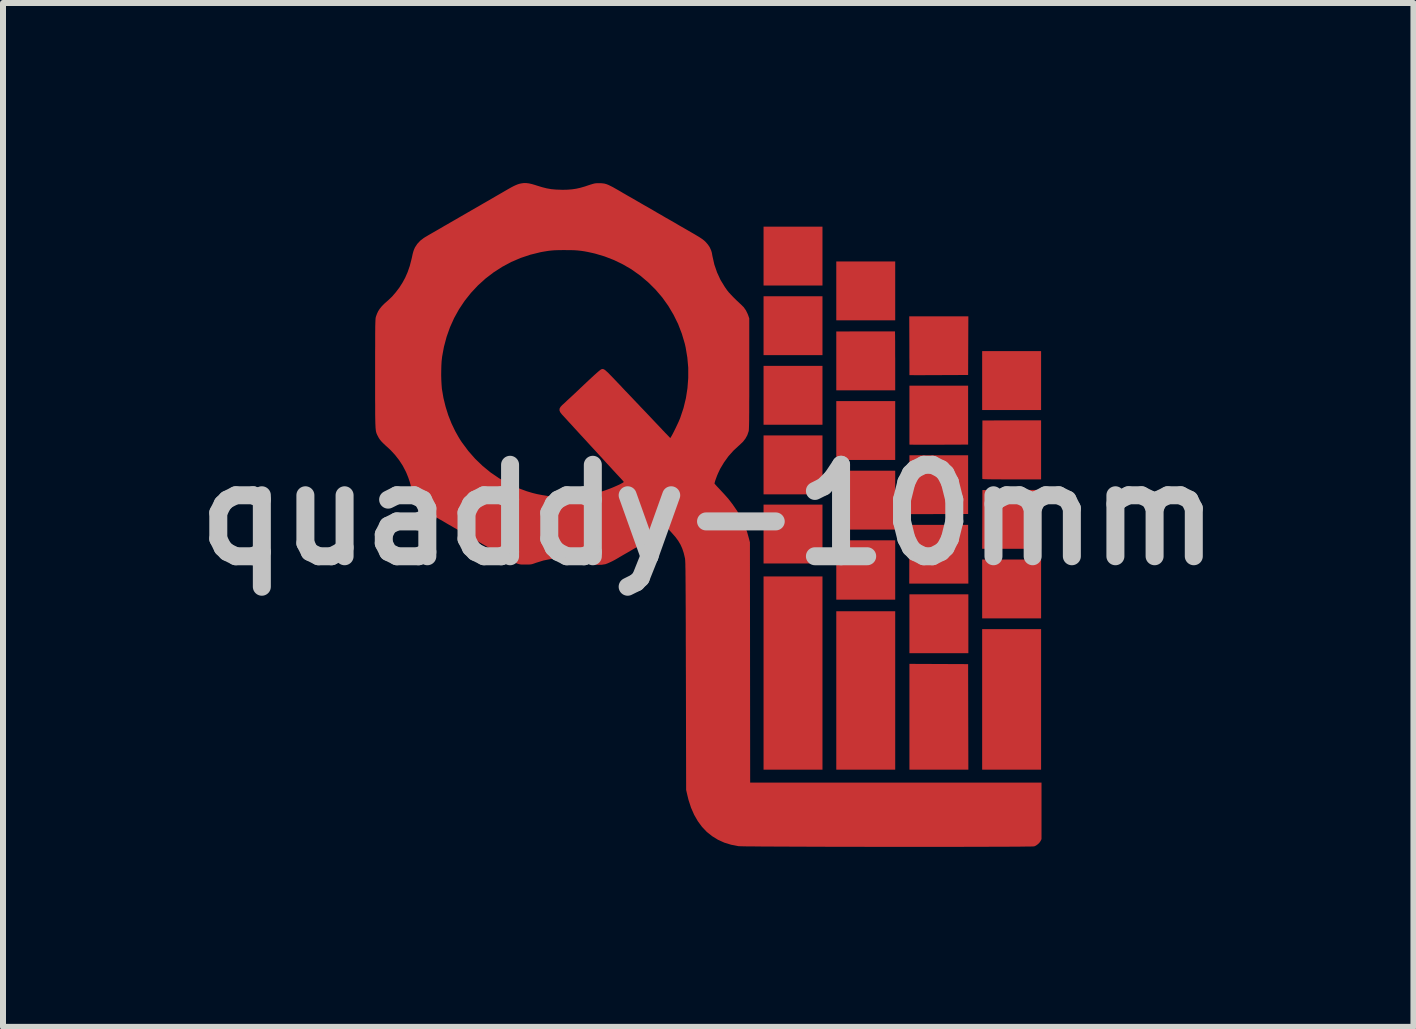
<source format=kicad_pcb>
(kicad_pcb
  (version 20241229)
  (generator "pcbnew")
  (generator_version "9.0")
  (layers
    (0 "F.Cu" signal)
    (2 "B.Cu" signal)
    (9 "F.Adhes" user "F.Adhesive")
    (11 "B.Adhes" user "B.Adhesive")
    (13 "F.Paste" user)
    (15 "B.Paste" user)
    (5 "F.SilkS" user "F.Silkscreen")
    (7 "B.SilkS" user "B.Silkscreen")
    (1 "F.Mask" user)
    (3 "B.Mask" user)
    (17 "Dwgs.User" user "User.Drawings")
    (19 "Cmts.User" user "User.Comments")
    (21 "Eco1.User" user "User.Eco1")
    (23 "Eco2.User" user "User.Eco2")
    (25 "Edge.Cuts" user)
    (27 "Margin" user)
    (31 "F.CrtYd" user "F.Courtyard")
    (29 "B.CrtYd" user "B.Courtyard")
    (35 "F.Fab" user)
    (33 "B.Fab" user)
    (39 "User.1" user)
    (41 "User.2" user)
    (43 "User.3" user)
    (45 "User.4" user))
  (footprint "quaddy-10mm"
    (layer "F.Cu")
    (at 8.752 5.53)
    (property "Reference" "quaddy-10mm" (at 0 0 0) (layer "Dwgs.User") (effects (font (size 1.524 1.524) (thickness 0.3))))
    (attr board_only exclude_from_pos_files exclude_from_bom)
    (fp_poly (pts (xy 1.904 -3.822) (xy 0.922 -3.822) (xy 0.922 -4.803) (xy 1.904 -4.803)) (stroke (width 0) (type solid)) (fill yes) (layer "F.Cu"))
    (fp_poly (pts (xy 1.904 -2.662) (xy 0.922 -2.662) (xy 0.922 -3.643) (xy 1.904 -3.643)) (stroke (width 0) (type solid)) (fill yes) (layer "F.Cu"))
    (fp_poly (pts (xy 1.904 -1.502) (xy 0.922 -1.502) (xy 0.922 -2.483) (xy 1.904 -2.483)) (stroke (width 0) (type solid)) (fill yes) (layer "F.Cu"))
    (fp_poly (pts (xy 1.904 -0.342) (xy 0.922 -0.342) (xy 0.922 -1.324) (xy 1.904 -1.324)) (stroke (width 0) (type solid)) (fill yes) (layer "F.Cu"))
    (fp_poly (pts (xy 1.904 0.81) (xy 0.922 0.81) (xy 0.922 -0.171) (xy 1.904 -0.171)) (stroke (width 0) (type solid)) (fill yes) (layer "F.Cu"))
    (fp_poly (pts (xy 1.904 4.246) (xy 0.922 4.246) (xy 0.922 1.026) (xy 1.904 1.026)) (stroke (width 0) (type solid)) (fill yes) (layer "F.Cu"))
    (fp_poly (pts (xy 3.116 -3.242) (xy 2.134 -3.242) (xy 2.134 -4.223) (xy 3.116 -4.223)) (stroke (width 0) (type solid)) (fill yes) (layer "F.Cu"))
    (fp_poly (pts (xy 3.116 -0.915) (xy 2.134 -0.915) (xy 2.134 -1.896) (xy 3.116 -1.896)) (stroke (width 0) (type solid)) (fill yes) (layer "F.Cu"))
    (fp_poly (pts (xy 3.116 0.245) (xy 2.134 0.245) (xy 2.134 -0.736) (xy 3.116 -0.736)) (stroke (width 0) (type solid)) (fill yes) (layer "F.Cu"))
    (fp_poly (pts (xy 3.116 1.413) (xy 2.134 1.413) (xy 2.134 0.424) (xy 3.116 0.424)) (stroke (width 0) (type solid)) (fill yes) (layer "F.Cu"))
    (fp_poly (pts (xy 3.116 4.246) (xy 2.134 4.246) (xy 2.134 1.606) (xy 3.116 1.606)) (stroke (width 0) (type solid)) (fill yes) (layer "F.Cu"))
    (fp_poly (pts (xy 4.335 2.305) (xy 3.353 2.305) (xy 3.353 1.324) (xy 4.335 1.324)) (stroke (width 0) (type solid)) (fill yes) (layer "F.Cu"))
    (fp_poly (pts (xy 5.547 -1.747) (xy 4.565 -1.747) (xy 4.565 -2.729) (xy 5.547 -2.729)) (stroke (width 0) (type solid)) (fill yes) (layer "F.Cu"))
    (fp_poly (pts (xy 5.547 1.725) (xy 4.565 1.725) (xy 4.565 0.744) (xy 5.547 0.744)) (stroke (width 0) (type solid)) (fill yes) (layer "F.Cu"))
    (fp_poly (pts (xy 5.547 4.246) (xy 4.565 4.246) (xy 4.565 1.904) (xy 5.547 1.904)) (stroke (width 0) (type solid)) (fill yes) (layer "F.Cu"))
    (fp_poly (pts (xy 3.842 2.485) (xy 4.331 2.487) (xy 4.335 4.246) (xy 3.353 4.246) (xy 3.353 2.483)) (stroke (width 0) (type solid)) (fill yes) (layer "F.Cu"))
    (fp_poly (pts (xy 4.333 0.656) (xy 4.335 1.145) (xy 3.35 1.145) (xy 3.351 0.656) (xy 3.353 0.167) (xy 4.331 0.167)) (stroke (width 0) (type solid)) (fill yes) (layer "F.Cu"))
    (fp_poly (pts (xy 5.547 0.565) (xy 4.565 0.565) (xy 4.567 0.076) (xy 4.569 -0.413) (xy 5.058 -0.415) (xy 5.547 -0.416)) (stroke (width 0) (type solid)) (fill yes) (layer "F.Cu"))
    (fp_poly (pts (xy 2.925 -3.058) (xy 2.984 -3.058) (xy 3.033 -3.058) (xy 3.071 -3.058) (xy 3.098 -3.057) (xy 3.111 -3.057) (xy 3.112 -3.057) (xy 3.113 -3.049) (xy 3.113 -3.027) (xy 3.114 -2.994) (xy 3.114 -2.949) (xy 3.115 -2.894) (xy 3.115 -2.83) (xy 3.115 -2.759) (xy 3.115 -2.682) (xy 3.116 -2.6) (xy 3.116 -2.564) (xy 3.116 -2.075) (xy 2.134 -2.075) (xy 2.134 -3.056) (xy 2.622 -3.058) (xy 2.705 -3.058) (xy 2.785 -3.058) (xy 2.858 -3.058)) (stroke (width 0) (type solid)) (fill yes) (layer "F.Cu"))
    (fp_poly (pts (xy 4.331 -1.171) (xy 3.842 -1.169) (xy 3.759 -1.169) (xy 3.679 -1.169) (xy 3.606 -1.169) (xy 3.539 -1.169) (xy 3.481 -1.169) (xy 3.432 -1.169) (xy 3.394 -1.17) (xy 3.368 -1.17) (xy 3.355 -1.171) (xy 3.353 -1.171) (xy 3.353 -1.179) (xy 3.353 -1.2) (xy 3.353 -1.234) (xy 3.353 -1.279) (xy 3.353 -1.334) (xy 3.353 -1.398) (xy 3.353 -1.469) (xy 3.353 -1.546) (xy 3.353 -1.629) (xy 3.353 -1.664) (xy 3.353 -2.153) (xy 4.331 -2.153)) (stroke (width 0) (type solid)) (fill yes) (layer "F.Cu"))
    (fp_poly (pts (xy 4.331 -0.015) (xy 3.842 -0.013) (xy 3.759 -0.013) (xy 3.679 -0.012) (xy 3.606 -0.012) (xy 3.539 -0.012) (xy 3.481 -0.012) (xy 3.432 -0.012) (xy 3.394 -0.012) (xy 3.368 -0.013) (xy 3.355 -0.013) (xy 3.353 -0.013) (xy 3.353 -0.021) (xy 3.353 -0.042) (xy 3.353 -0.075) (xy 3.353 -0.12) (xy 3.353 -0.175) (xy 3.353 -0.238) (xy 3.353 -0.309) (xy 3.353 -0.386) (xy 3.353 -0.468) (xy 3.353 -0.504) (xy 3.353 -0.993) (xy 4.331 -0.993)) (stroke (width 0) (type solid)) (fill yes) (layer "F.Cu"))
    (fp_poly (pts (xy 5.547 -0.591) (xy 5.059 -0.591) (xy 4.95 -0.591) (xy 4.854 -0.592) (xy 4.771 -0.592) (xy 4.702 -0.593) (xy 4.648 -0.594) (xy 4.607 -0.595) (xy 4.581 -0.597) (xy 4.569 -0.598) (xy 4.568 -0.599) (xy 4.568 -0.607) (xy 4.567 -0.629) (xy 4.567 -0.664) (xy 4.567 -0.709) (xy 4.567 -0.765) (xy 4.567 -0.829) (xy 4.567 -0.9) (xy 4.567 -0.977) (xy 4.567 -1.06) (xy 4.567 -1.089) (xy 4.569 -1.573) (xy 5.058 -1.575) (xy 5.547 -1.576)) (stroke (width 0) (type solid)) (fill yes) (layer "F.Cu"))
    (fp_poly (pts (xy 4.335 -3.309) (xy 4.333 -2.82) (xy 4.331 -2.331) (xy 3.842 -2.329) (xy 3.759 -2.329) (xy 3.679 -2.329) (xy 3.606 -2.328) (xy 3.539 -2.328) (xy 3.481 -2.328) (xy 3.432 -2.328) (xy 3.394 -2.329) (xy 3.368 -2.329) (xy 3.355 -2.329) (xy 3.353 -2.329) (xy 3.353 -2.337) (xy 3.353 -2.358) (xy 3.353 -2.392) (xy 3.353 -2.436) (xy 3.353 -2.491) (xy 3.353 -2.554) (xy 3.352 -2.625) (xy 3.352 -2.702) (xy 3.352 -2.785) (xy 3.352 -2.82) (xy 3.35 -3.309) (xy 3.842 -3.309)) (stroke (width 0) (type solid)) (fill yes) (layer "F.Cu"))
    (fp_poly (pts (xy -3.031 -5.529) (xy -2.988 -5.524) (xy -2.939 -5.513) (xy -2.881 -5.496) (xy -2.854 -5.487) (xy -2.769 -5.461) (xy -2.69 -5.441) (xy -2.615 -5.428) (xy -2.537 -5.421) (xy -2.452 -5.418) (xy -2.428 -5.417) (xy -2.345 -5.419) (xy -2.271 -5.425) (xy -2.201 -5.435) (xy -2.13 -5.451) (xy -2.054 -5.473) (xy -2.004 -5.49) (xy -1.961 -5.504) (xy -1.928 -5.514) (xy -1.902 -5.521) (xy -1.88 -5.525) (xy -1.857 -5.527) (xy -1.83 -5.527) (xy -1.818 -5.527) (xy -1.785 -5.527) (xy -1.755 -5.524) (xy -1.727 -5.52) (xy -1.698 -5.512) (xy -1.667 -5.5) (xy -1.631 -5.483) (xy -1.588 -5.461) (xy -1.537 -5.432) (xy -1.475 -5.397) (xy -1.472 -5.395) (xy -1.445 -5.379) (xy -1.42 -5.364) (xy -1.402 -5.354) (xy -1.402 -5.354) (xy -1.335 -5.315) (xy -1.257 -5.271) (xy -1.173 -5.222) (xy -1.085 -5.171) (xy -0.995 -5.12) (xy -0.907 -5.069) (xy -0.848 -5.034) (xy -0.786 -4.999) (xy -0.715 -4.957) (xy -0.637 -4.913) (xy -0.557 -4.867) (xy -0.479 -4.821) (xy -0.404 -4.778) (xy -0.357 -4.751) (xy -0.29 -4.712) (xy -0.234 -4.68) (xy -0.189 -4.653) (xy -0.152 -4.631) (xy -0.123 -4.612) (xy -0.099 -4.596) (xy -0.081 -4.582) (xy -0.065 -4.569) (xy -0.051 -4.556) (xy -0.044 -4.549) (xy -0.007 -4.507) (xy 0.022 -4.465) (xy 0.028 -4.453) (xy 0.04 -4.426) (xy 0.049 -4.406) (xy 0.055 -4.387) (xy 0.061 -4.365) (xy 0.066 -4.335) (xy 0.071 -4.309) (xy 0.102 -4.172) (xy 0.147 -4.041) (xy 0.205 -3.915) (xy 0.278 -3.796) (xy 0.315 -3.743) (xy 0.343 -3.708) (xy 0.381 -3.667) (xy 0.425 -3.621) (xy 0.474 -3.573) (xy 0.525 -3.525) (xy 0.543 -3.509) (xy 0.592 -3.46) (xy 0.629 -3.407) (xy 0.658 -3.347) (xy 0.666 -3.326) (xy 0.684 -3.275) (xy 0.684 -2.353) (xy 0.684 -2.212) (xy 0.684 -2.085) (xy 0.684 -1.971) (xy 0.683 -1.87) (xy 0.683 -1.781) (xy 0.683 -1.704) (xy 0.682 -1.637) (xy 0.682 -1.579) (xy 0.681 -1.531) (xy 0.68 -1.492) (xy 0.679 -1.46) (xy 0.678 -1.435) (xy 0.677 -1.416) (xy 0.676 -1.403) (xy 0.674 -1.394) (xy 0.674 -1.394) (xy 0.652 -1.329) (xy 0.62 -1.271) (xy 0.578 -1.217) (xy 0.522 -1.164) (xy 0.514 -1.157) (xy 0.422 -1.072) (xy 0.337 -0.977) (xy 0.263 -0.874) (xy 0.199 -0.767) (xy 0.164 -0.693) (xy 0.147 -0.653) (xy 0.133 -0.615) (xy 0.12 -0.579) (xy 0.111 -0.55) (xy 0.106 -0.53) (xy 0.105 -0.521) (xy 0.111 -0.514) (xy 0.125 -0.498) (xy 0.146 -0.474) (xy 0.173 -0.446) (xy 0.198 -0.419) (xy 0.242 -0.372) (xy 0.277 -0.334) (xy 0.306 -0.301) (xy 0.331 -0.273) (xy 0.353 -0.245) (xy 0.375 -0.217) (xy 0.399 -0.185) (xy 0.402 -0.182) (xy 0.482 -0.066) (xy 0.549 0.049) (xy 0.604 0.165) (xy 0.648 0.285) (xy 0.678 0.392) (xy 0.695 0.457) (xy 0.697 2.459) (xy 0.699 4.461) (xy 5.554 4.461) (xy 5.554 5.403) (xy 5.538 5.436) (xy 5.515 5.468) (xy 5.482 5.497) (xy 5.446 5.519) (xy 5.43 5.524) (xy 5.419 5.525) (xy 5.395 5.526) (xy 5.357 5.527) (xy 5.306 5.527) (xy 5.242 5.528) (xy 5.168 5.529) (xy 5.082 5.529) (xy 4.987 5.53) (xy 4.882 5.53) (xy 4.768 5.53) (xy 4.646 5.531) (xy 4.517 5.531) (xy 4.381 5.531) (xy 4.239 5.532) (xy 4.091 5.532) (xy 3.939 5.532) (xy 3.782 5.532) (xy 3.623 5.532) (xy 3.46 5.532) (xy 3.296 5.532) (xy 3.13 5.532) (xy 2.964 5.532) (xy 2.797 5.532) (xy 2.632 5.532) (xy 2.467 5.531) (xy 2.305 5.531) (xy 2.146 5.531) (xy 1.989 5.531) (xy 1.837 5.53) (xy 1.69 5.53) (xy 1.548 5.529) (xy 1.412 5.529) (xy 1.283 5.528) (xy 1.161 5.528) (xy 1.048 5.527) (xy 0.943 5.527) (xy 0.848 5.526) (xy 0.763 5.525) (xy 0.689 5.525) (xy 0.626 5.524) (xy 0.576 5.523) (xy 0.538 5.522) (xy 0.514 5.521) (xy 0.506 5.521) (xy 0.382 5.497) (xy 0.268 5.462) (xy 0.162 5.414) (xy 0.065 5.354) (xy -0.024 5.283) (xy -0.103 5.2) (xy -0.173 5.105) (xy -0.234 4.999) (xy -0.286 4.881) (xy -0.328 4.752) (xy -0.347 4.675) (xy -0.368 4.584) (xy -0.372 2.681) (xy -0.373 2.48) (xy -0.373 2.295) (xy -0.374 2.122) (xy -0.374 1.964) (xy -0.374 1.818) (xy -0.375 1.684) (xy -0.375 1.561) (xy -0.376 1.45) (xy -0.376 1.349) (xy -0.377 1.258) (xy -0.377 1.177) (xy -0.378 1.104) (xy -0.378 1.04) (xy -0.379 0.983) (xy -0.379 0.934) (xy -0.38 0.891) (xy -0.381 0.854) (xy -0.381 0.824) (xy -0.382 0.798) (xy -0.383 0.776) (xy -0.384 0.759) (xy -0.385 0.745) (xy -0.386 0.733) (xy -0.387 0.724) (xy -0.389 0.717) (xy -0.408 0.636) (xy -0.432 0.563) (xy -0.462 0.496) (xy -0.5 0.432) (xy -0.547 0.368) (xy -0.606 0.301) (xy -0.615 0.291) (xy -0.666 0.235) (xy -0.774 0.297) (xy -0.814 0.32) (xy -0.853 0.343) (xy -0.888 0.363) (xy -0.916 0.379) (xy -0.926 0.385) (xy -0.953 0.401) (xy -0.979 0.416) (xy -0.996 0.426) (xy -1.019 0.438) (xy -1.051 0.457) (xy -1.09 0.48) (xy -1.136 0.506) (xy -1.185 0.535) (xy -1.237 0.564) (xy -1.288 0.594) (xy -1.337 0.623) (xy -1.383 0.649) (xy -1.423 0.672) (xy -1.455 0.691) (xy -1.478 0.704) (xy -1.487 0.71) (xy -1.54 0.741) (xy -1.592 0.769) (xy -1.64 0.792) (xy -1.681 0.81) (xy -1.712 0.821) (xy -1.714 0.822) (xy -1.778 0.832) (xy -1.846 0.833) (xy -1.913 0.824) (xy -1.974 0.806) (xy -1.98 0.804) (xy -2.002 0.796) (xy -2.033 0.785) (xy -2.069 0.774) (xy -2.095 0.766) (xy -2.221 0.738) (xy -2.351 0.723) (xy -2.483 0.722) (xy -2.615 0.734) (xy -2.745 0.76) (xy -2.871 0.799) (xy -2.887 0.805) (xy -2.913 0.814) (xy -2.935 0.821) (xy -2.956 0.825) (xy -2.98 0.827) (xy -3.012 0.828) (xy -3.049 0.828) (xy -3.079 0.828) (xy -3.104 0.828) (xy -3.127 0.826) (xy -3.149 0.822) (xy -3.171 0.816) (xy -3.196 0.807) (xy -3.225 0.794) (xy -3.259 0.776) (xy -3.3 0.753) (xy -3.351 0.725) (xy -3.411 0.689) (xy -3.444 0.671) (xy -3.533 0.619) (xy -3.614 0.572) (xy -3.685 0.531) (xy -3.746 0.495) (xy -3.797 0.466) (xy -3.837 0.443) (xy -3.864 0.427) (xy -3.874 0.422) (xy -3.886 0.415) (xy -3.909 0.402) (xy -3.941 0.383) (xy -3.981 0.36) (xy -4.026 0.334) (xy -4.076 0.305) (xy -4.128 0.276) (xy -4.18 0.245) (xy -4.231 0.216) (xy -4.278 0.188) (xy -4.321 0.164) (xy -4.357 0.143) (xy -4.372 0.134) (xy -4.423 0.104) (xy -4.476 0.074) (xy -4.528 0.044) (xy -4.577 0.016) (xy -4.622 -0.01) (xy -4.659 -0.031) (xy -4.686 -0.047) (xy -4.696 -0.052) (xy -4.763 -0.095) (xy -4.818 -0.141) (xy -4.861 -0.194) (xy -4.895 -0.256) (xy -4.92 -0.327) (xy -4.934 -0.385) (xy -4.953 -0.474) (xy -4.975 -0.553) (xy -5 -0.626) (xy -5.029 -0.698) (xy -5.042 -0.726) (xy -5.091 -0.82) (xy -5.151 -0.912) (xy -5.219 -0.999) (xy -5.291 -1.077) (xy -5.328 -1.112) (xy -5.378 -1.157) (xy -5.418 -1.195) (xy -5.449 -1.227) (xy -5.473 -1.257) (xy -5.491 -1.284) (xy -5.505 -1.311) (xy -5.512 -1.324) (xy -5.518 -1.336) (xy -5.523 -1.348) (xy -5.528 -1.36) (xy -5.532 -1.373) (xy -5.536 -1.388) (xy -5.539 -1.405) (xy -5.541 -1.427) (xy -5.544 -1.452) (xy -5.545 -1.483) (xy -5.547 -1.52) (xy -5.548 -1.564) (xy -5.549 -1.616) (xy -5.55 -1.676) (xy -5.55 -1.746) (xy -5.55 -1.825) (xy -5.551 -1.916) (xy -5.551 -2.019) (xy -5.551 -2.134) (xy -5.551 -2.263) (xy -5.551 -2.328) (xy -4.45 -2.328) (xy -4.448 -2.249) (xy -4.444 -2.175) (xy -4.439 -2.11) (xy -4.437 -2.093) (xy -4.412 -1.947) (xy -4.376 -1.801) (xy -4.331 -1.658) (xy -4.277 -1.522) (xy -4.216 -1.395) (xy -4.203 -1.372) (xy -4.18 -1.331) (xy -4.162 -1.299) (xy -4.147 -1.274) (xy -4.134 -1.253) (xy -4.12 -1.231) (xy -4.103 -1.206) (xy -4.102 -1.205) (xy -3.998 -1.065) (xy -3.884 -0.935) (xy -3.76 -0.816) (xy -3.627 -0.707) (xy -3.485 -0.61) (xy -3.337 -0.524) (xy -3.182 -0.452) (xy -3.022 -0.393) (xy -2.928 -0.365) (xy -2.851 -0.346) (xy -2.767 -0.33) (xy -2.68 -0.316) (xy -2.593 -0.305) (xy -2.509 -0.298) (xy -2.433 -0.294) (xy -2.367 -0.294) (xy -2.361 -0.295) (xy -2.334 -0.296) (xy -2.298 -0.298) (xy -2.258 -0.3) (xy -2.236 -0.301) (xy -2.13 -0.311) (xy -2.017 -0.329) (xy -1.899 -0.355) (xy -1.779 -0.388) (xy -1.745 -0.399) (xy -1.702 -0.414) (xy -1.656 -0.431) (xy -1.609 -0.449) (xy -1.562 -0.469) (xy -1.519 -0.488) (xy -1.479 -0.506) (xy -1.447 -0.523) (xy -1.423 -0.536) (xy -1.409 -0.546) (xy -1.407 -0.55) (xy -1.413 -0.557) (xy -1.426 -0.573) (xy -1.447 -0.596) (xy -1.472 -0.623) (xy -1.485 -0.637) (xy -1.513 -0.667) (xy -1.539 -0.695) (xy -1.56 -0.718) (xy -1.574 -0.733) (xy -1.578 -0.737) (xy -1.589 -0.749) (xy -1.608 -0.77) (xy -1.632 -0.796) (xy -1.659 -0.825) (xy -1.662 -0.829) (xy -1.689 -0.858) (xy -1.713 -0.884) (xy -1.733 -0.906) (xy -1.746 -0.92) (xy -1.746 -0.921) (xy -1.761 -0.937) (xy -1.781 -0.959) (xy -1.799 -0.978) (xy -1.813 -0.993) (xy -1.835 -1.017) (xy -1.865 -1.05) (xy -1.901 -1.089) (xy -1.943 -1.134) (xy -1.988 -1.183) (xy -2.036 -1.236) (xy -2.086 -1.29) (xy -2.137 -1.345) (xy -2.187 -1.4) (xy -2.236 -1.453) (xy -2.282 -1.504) (xy -2.325 -1.55) (xy -2.362 -1.591) (xy -2.394 -1.626) (xy -2.418 -1.652) (xy -2.435 -1.67) (xy -2.441 -1.677) (xy -2.467 -1.711) (xy -2.479 -1.742) (xy -2.477 -1.771) (xy -2.461 -1.8) (xy -2.433 -1.83) (xy -2.394 -1.865) (xy -2.351 -1.906) (xy -2.305 -1.948) (xy -2.259 -1.991) (xy -2.216 -2.031) (xy -2.178 -2.067) (xy -2.147 -2.096) (xy -2.138 -2.105) (xy -2.062 -2.177) (xy -1.996 -2.239) (xy -1.94 -2.291) (xy -1.893 -2.334) (xy -1.854 -2.369) (xy -1.824 -2.395) (xy -1.801 -2.413) (xy -1.786 -2.424) (xy -1.779 -2.427) (xy -1.768 -2.43) (xy -1.757 -2.431) (xy -1.745 -2.428) (xy -1.732 -2.422) (xy -1.716 -2.411) (xy -1.696 -2.393) (xy -1.67 -2.37) (xy -1.639 -2.338) (xy -1.6 -2.298) (xy -1.553 -2.249) (xy -1.519 -2.213) (xy -1.472 -2.164) (xy -1.426 -2.115) (xy -1.382 -2.068) (xy -1.341 -2.026) (xy -1.307 -1.99) (xy -1.279 -1.961) (xy -1.26 -1.941) (xy -1.231 -1.91) (xy -1.196 -1.873) (xy -1.159 -1.835) (xy -1.126 -1.799) (xy -1.126 -1.799) (xy -1.091 -1.763) (xy -1.051 -1.721) (xy -1.01 -1.678) (xy -0.974 -1.64) (xy -0.974 -1.64) (xy -0.875 -1.535) (xy -0.77 -1.425) (xy -0.77 -1.424) (xy -0.759 -1.412) (xy -0.74 -1.393) (xy -0.717 -1.368) (xy -0.693 -1.344) (xy -0.632 -1.28) (xy -0.609 -1.318) (xy -0.59 -1.353) (xy -0.567 -1.398) (xy -0.542 -1.449) (xy -0.517 -1.502) (xy -0.493 -1.553) (xy -0.474 -1.598) (xy -0.465 -1.621) (xy -0.412 -1.78) (xy -0.372 -1.944) (xy -0.346 -2.111) (xy -0.333 -2.281) (xy -0.333 -2.452) (xy -0.348 -2.621) (xy -0.376 -2.789) (xy -0.391 -2.855) (xy -0.44 -3.02) (xy -0.502 -3.181) (xy -0.578 -3.335) (xy -0.665 -3.482) (xy -0.765 -3.622) (xy -0.877 -3.753) (xy -0.999 -3.874) (xy -1.131 -3.986) (xy -1.273 -4.087) (xy -1.283 -4.094) (xy -1.423 -4.175) (xy -1.572 -4.247) (xy -1.727 -4.307) (xy -1.885 -4.354) (xy -1.941 -4.367) (xy -2.006 -4.381) (xy -2.064 -4.392) (xy -2.118 -4.4) (xy -2.172 -4.406) (xy -2.229 -4.41) (xy -2.293 -4.412) (xy -2.368 -4.412) (xy -2.387 -4.413) (xy -2.458 -4.412) (xy -2.518 -4.411) (xy -2.569 -4.409) (xy -2.616 -4.405) (xy -2.662 -4.4) (xy -2.711 -4.392) (xy -2.765 -4.383) (xy -2.8 -4.376) (xy -2.966 -4.335) (xy -3.127 -4.281) (xy -3.283 -4.214) (xy -3.432 -4.134) (xy -3.575 -4.042) (xy -3.71 -3.939) (xy -3.836 -3.825) (xy -3.952 -3.701) (xy -4.058 -3.568) (xy -4.153 -3.426) (xy -4.234 -3.28) (xy -4.303 -3.127) (xy -4.36 -2.966) (xy -4.404 -2.801) (xy -4.435 -2.633) (xy -4.436 -2.621) (xy -4.443 -2.56) (xy -4.447 -2.488) (xy -4.449 -2.41) (xy -4.45 -2.328) (xy -5.551 -2.328) (xy -5.551 -2.35) (xy -5.551 -2.485) (xy -5.551 -2.607) (xy -5.551 -2.715) (xy -5.55 -2.811) (xy -5.55 -2.896) (xy -5.55 -2.969) (xy -5.55 -3.033) (xy -5.549 -3.087) (xy -5.549 -3.133) (xy -5.548 -3.171) (xy -5.547 -3.203) (xy -5.546 -3.229) (xy -5.545 -3.249) (xy -5.544 -3.266) (xy -5.543 -3.278) (xy -5.541 -3.289) (xy -5.539 -3.297) (xy -5.537 -3.304) (xy -5.537 -3.305) (xy -5.52 -3.351) (xy -5.5 -3.394) (xy -5.474 -3.434) (xy -5.441 -3.475) (xy -5.399 -3.518) (xy -5.346 -3.565) (xy -5.332 -3.577) (xy -5.269 -3.637) (xy -5.207 -3.709) (xy -5.147 -3.788) (xy -5.093 -3.873) (xy -5.05 -3.952) (xy -5.009 -4.046) (xy -4.974 -4.147) (xy -4.945 -4.259) (xy -4.937 -4.293) (xy -4.926 -4.345) (xy -4.915 -4.386) (xy -4.904 -4.419) (xy -4.891 -4.448) (xy -4.887 -4.457) (xy -4.849 -4.515) (xy -4.799 -4.569) (xy -4.739 -4.615) (xy -4.71 -4.633) (xy -4.691 -4.644) (xy -4.661 -4.662) (xy -4.621 -4.685) (xy -4.574 -4.712) (xy -4.52 -4.743) (xy -4.461 -4.777) (xy -4.4 -4.813) (xy -4.361 -4.835) (xy -4.287 -4.878) (xy -4.205 -4.925) (xy -4.119 -4.975) (xy -4.032 -5.025) (xy -3.948 -5.074) (xy -3.869 -5.119) (xy -3.803 -5.157) (xy -3.738 -5.195) (xy -3.671 -5.233) (xy -3.604 -5.272) (xy -3.539 -5.31) (xy -3.48 -5.344) (xy -3.428 -5.374) (xy -3.387 -5.398) (xy -3.387 -5.398) (xy -3.328 -5.432) (xy -3.28 -5.459) (xy -3.24 -5.48) (xy -3.207 -5.495) (xy -3.178 -5.507) (xy -3.151 -5.516) (xy -3.124 -5.522) (xy -3.108 -5.525) (xy -3.07 -5.53)) (stroke (width 0) (type solid)) (fill yes) (layer "F.Cu"))
    (fp_poly (pts (xy 1.904 -3.822) (xy 0.922 -3.822) (xy 0.922 -4.803) (xy 1.904 -4.803)) (stroke (width 0) (type solid)) (fill yes) (layer "F.Mask"))
    (fp_poly (pts (xy 1.904 -2.662) (xy 0.922 -2.662) (xy 0.922 -3.643) (xy 1.904 -3.643)) (stroke (width 0) (type solid)) (fill yes) (layer "F.Mask"))
    (fp_poly (pts (xy 1.904 -1.502) (xy 0.922 -1.502) (xy 0.922 -2.483) (xy 1.904 -2.483)) (stroke (width 0) (type solid)) (fill yes) (layer "F.Mask"))
    (fp_poly (pts (xy 1.904 -0.342) (xy 0.922 -0.342) (xy 0.922 -1.324) (xy 1.904 -1.324)) (stroke (width 0) (type solid)) (fill yes) (layer "F.Mask"))
    (fp_poly (pts (xy 1.904 0.81) (xy 0.922 0.81) (xy 0.922 -0.171) (xy 1.904 -0.171)) (stroke (width 0) (type solid)) (fill yes) (layer "F.Mask"))
    (fp_poly (pts (xy 1.904 4.246) (xy 0.922 4.246) (xy 0.922 1.026) (xy 1.904 1.026)) (stroke (width 0) (type solid)) (fill yes) (layer "F.Mask"))
    (fp_poly (pts (xy 3.116 -3.242) (xy 2.134 -3.242) (xy 2.134 -4.223) (xy 3.116 -4.223)) (stroke (width 0) (type solid)) (fill yes) (layer "F.Mask"))
    (fp_poly (pts (xy 3.116 -0.915) (xy 2.134 -0.915) (xy 2.134 -1.896) (xy 3.116 -1.896)) (stroke (width 0) (type solid)) (fill yes) (layer "F.Mask"))
    (fp_poly (pts (xy 3.116 0.245) (xy 2.134 0.245) (xy 2.134 -0.736) (xy 3.116 -0.736)) (stroke (width 0) (type solid)) (fill yes) (layer "F.Mask"))
    (fp_poly (pts (xy 3.116 1.413) (xy 2.134 1.413) (xy 2.134 0.424) (xy 3.116 0.424)) (stroke (width 0) (type solid)) (fill yes) (layer "F.Mask"))
    (fp_poly (pts (xy 3.116 4.246) (xy 2.134 4.246) (xy 2.134 1.606) (xy 3.116 1.606)) (stroke (width 0) (type solid)) (fill yes) (layer "F.Mask"))
    (fp_poly (pts (xy 4.335 2.305) (xy 3.353 2.305) (xy 3.353 1.324) (xy 4.335 1.324)) (stroke (width 0) (type solid)) (fill yes) (layer "F.Mask"))
    (fp_poly (pts (xy 5.547 -1.747) (xy 4.565 -1.747) (xy 4.565 -2.729) (xy 5.547 -2.729)) (stroke (width 0) (type solid)) (fill yes) (layer "F.Mask"))
    (fp_poly (pts (xy 5.547 1.725) (xy 4.565 1.725) (xy 4.565 0.744) (xy 5.547 0.744)) (stroke (width 0) (type solid)) (fill yes) (layer "F.Mask"))
    (fp_poly (pts (xy 5.547 4.246) (xy 4.565 4.246) (xy 4.565 1.904) (xy 5.547 1.904)) (stroke (width 0) (type solid)) (fill yes) (layer "F.Mask"))
    (fp_poly (pts (xy 3.842 2.485) (xy 4.331 2.487) (xy 4.335 4.246) (xy 3.353 4.246) (xy 3.353 2.483)) (stroke (width 0) (type solid)) (fill yes) (layer "F.Mask"))
    (fp_poly (pts (xy 4.333 0.656) (xy 4.335 1.145) (xy 3.35 1.145) (xy 3.351 0.656) (xy 3.353 0.167) (xy 4.331 0.167)) (stroke (width 0) (type solid)) (fill yes) (layer "F.Mask"))
    (fp_poly (pts (xy 5.547 0.565) (xy 4.565 0.565) (xy 4.567 0.076) (xy 4.569 -0.413) (xy 5.058 -0.415) (xy 5.547 -0.416)) (stroke (width 0) (type solid)) (fill yes) (layer "F.Mask"))
    (fp_poly (pts (xy 2.925 -3.058) (xy 2.984 -3.058) (xy 3.033 -3.058) (xy 3.071 -3.058) (xy 3.098 -3.057) (xy 3.111 -3.057) (xy 3.112 -3.057) (xy 3.113 -3.049) (xy 3.113 -3.027) (xy 3.114 -2.994) (xy 3.114 -2.949) (xy 3.115 -2.894) (xy 3.115 -2.83) (xy 3.115 -2.759) (xy 3.115 -2.682) (xy 3.116 -2.6) (xy 3.116 -2.564) (xy 3.116 -2.075) (xy 2.134 -2.075) (xy 2.134 -3.056) (xy 2.622 -3.058) (xy 2.705 -3.058) (xy 2.785 -3.058) (xy 2.858 -3.058)) (stroke (width 0) (type solid)) (fill yes) (layer "F.Mask"))
    (fp_poly (pts (xy 4.331 -1.171) (xy 3.842 -1.169) (xy 3.759 -1.169) (xy 3.679 -1.169) (xy 3.606 -1.169) (xy 3.539 -1.169) (xy 3.481 -1.169) (xy 3.432 -1.169) (xy 3.394 -1.17) (xy 3.368 -1.17) (xy 3.355 -1.171) (xy 3.353 -1.171) (xy 3.353 -1.179) (xy 3.353 -1.2) (xy 3.353 -1.234) (xy 3.353 -1.279) (xy 3.353 -1.334) (xy 3.353 -1.398) (xy 3.353 -1.469) (xy 3.353 -1.546) (xy 3.353 -1.629) (xy 3.353 -1.664) (xy 3.353 -2.153) (xy 4.331 -2.153)) (stroke (width 0) (type solid)) (fill yes) (layer "F.Mask"))
    (fp_poly (pts (xy 4.331 -0.015) (xy 3.842 -0.013) (xy 3.759 -0.013) (xy 3.679 -0.012) (xy 3.606 -0.012) (xy 3.539 -0.012) (xy 3.481 -0.012) (xy 3.432 -0.012) (xy 3.394 -0.012) (xy 3.368 -0.013) (xy 3.355 -0.013) (xy 3.353 -0.013) (xy 3.353 -0.021) (xy 3.353 -0.042) (xy 3.353 -0.075) (xy 3.353 -0.12) (xy 3.353 -0.175) (xy 3.353 -0.238) (xy 3.353 -0.309) (xy 3.353 -0.386) (xy 3.353 -0.468) (xy 3.353 -0.504) (xy 3.353 -0.993) (xy 4.331 -0.993)) (stroke (width 0) (type solid)) (fill yes) (layer "F.Mask"))
    (fp_poly (pts (xy 5.547 -0.591) (xy 5.059 -0.591) (xy 4.95 -0.591) (xy 4.854 -0.592) (xy 4.771 -0.592) (xy 4.702 -0.593) (xy 4.648 -0.594) (xy 4.607 -0.595) (xy 4.581 -0.597) (xy 4.569 -0.598) (xy 4.568 -0.599) (xy 4.568 -0.607) (xy 4.567 -0.629) (xy 4.567 -0.664) (xy 4.567 -0.709) (xy 4.567 -0.765) (xy 4.567 -0.829) (xy 4.567 -0.9) (xy 4.567 -0.977) (xy 4.567 -1.06) (xy 4.567 -1.089) (xy 4.569 -1.573) (xy 5.058 -1.575) (xy 5.547 -1.576)) (stroke (width 0) (type solid)) (fill yes) (layer "F.Mask"))
    (fp_poly (pts (xy 4.335 -3.309) (xy 4.333 -2.82) (xy 4.331 -2.331) (xy 3.842 -2.329) (xy 3.759 -2.329) (xy 3.679 -2.329) (xy 3.606 -2.328) (xy 3.539 -2.328) (xy 3.481 -2.328) (xy 3.432 -2.328) (xy 3.394 -2.329) (xy 3.368 -2.329) (xy 3.355 -2.329) (xy 3.353 -2.329) (xy 3.353 -2.337) (xy 3.353 -2.358) (xy 3.353 -2.392) (xy 3.353 -2.436) (xy 3.353 -2.491) (xy 3.353 -2.554) (xy 3.352 -2.625) (xy 3.352 -2.702) (xy 3.352 -2.785) (xy 3.352 -2.82) (xy 3.35 -3.309) (xy 3.842 -3.309)) (stroke (width 0) (type solid)) (fill yes) (layer "F.Mask"))
    (fp_poly (pts (xy -3.031 -5.529) (xy -2.988 -5.524) (xy -2.939 -5.513) (xy -2.881 -5.496) (xy -2.854 -5.487) (xy -2.769 -5.461) (xy -2.69 -5.441) (xy -2.615 -5.428) (xy -2.537 -5.421) (xy -2.452 -5.418) (xy -2.428 -5.417) (xy -2.345 -5.419) (xy -2.271 -5.425) (xy -2.201 -5.435) (xy -2.13 -5.451) (xy -2.054 -5.473) (xy -2.004 -5.49) (xy -1.961 -5.504) (xy -1.928 -5.514) (xy -1.902 -5.521) (xy -1.88 -5.525) (xy -1.857 -5.527) (xy -1.83 -5.527) (xy -1.818 -5.527) (xy -1.785 -5.527) (xy -1.755 -5.524) (xy -1.727 -5.52) (xy -1.698 -5.512) (xy -1.667 -5.5) (xy -1.631 -5.483) (xy -1.588 -5.461) (xy -1.537 -5.432) (xy -1.475 -5.397) (xy -1.472 -5.395) (xy -1.445 -5.379) (xy -1.42 -5.364) (xy -1.402 -5.354) (xy -1.402 -5.354) (xy -1.335 -5.315) (xy -1.257 -5.271) (xy -1.173 -5.222) (xy -1.085 -5.171) (xy -0.995 -5.12) (xy -0.907 -5.069) (xy -0.848 -5.034) (xy -0.786 -4.999) (xy -0.715 -4.957) (xy -0.637 -4.913) (xy -0.557 -4.867) (xy -0.479 -4.821) (xy -0.404 -4.778) (xy -0.357 -4.751) (xy -0.29 -4.712) (xy -0.234 -4.68) (xy -0.189 -4.653) (xy -0.152 -4.631) (xy -0.123 -4.612) (xy -0.099 -4.596) (xy -0.081 -4.582) (xy -0.065 -4.569) (xy -0.051 -4.556) (xy -0.044 -4.549) (xy -0.007 -4.507) (xy 0.022 -4.465) (xy 0.028 -4.453) (xy 0.04 -4.426) (xy 0.049 -4.406) (xy 0.055 -4.387) (xy 0.061 -4.365) (xy 0.066 -4.335) (xy 0.071 -4.309) (xy 0.102 -4.172) (xy 0.147 -4.041) (xy 0.205 -3.915) (xy 0.278 -3.796) (xy 0.315 -3.743) (xy 0.343 -3.708) (xy 0.381 -3.667) (xy 0.425 -3.621) (xy 0.474 -3.573) (xy 0.525 -3.525) (xy 0.543 -3.509) (xy 0.592 -3.46) (xy 0.629 -3.407) (xy 0.658 -3.347) (xy 0.666 -3.326) (xy 0.684 -3.275) (xy 0.684 -2.353) (xy 0.684 -2.212) (xy 0.684 -2.085) (xy 0.684 -1.971) (xy 0.683 -1.87) (xy 0.683 -1.781) (xy 0.683 -1.704) (xy 0.682 -1.637) (xy 0.682 -1.579) (xy 0.681 -1.531) (xy 0.68 -1.492) (xy 0.679 -1.46) (xy 0.678 -1.435) (xy 0.677 -1.416) (xy 0.676 -1.403) (xy 0.674 -1.394) (xy 0.674 -1.394) (xy 0.652 -1.329) (xy 0.62 -1.271) (xy 0.578 -1.217) (xy 0.522 -1.164) (xy 0.514 -1.157) (xy 0.422 -1.072) (xy 0.337 -0.977) (xy 0.263 -0.874) (xy 0.199 -0.767) (xy 0.164 -0.693) (xy 0.147 -0.653) (xy 0.133 -0.615) (xy 0.12 -0.579) (xy 0.111 -0.55) (xy 0.106 -0.53) (xy 0.105 -0.521) (xy 0.111 -0.514) (xy 0.125 -0.498) (xy 0.146 -0.474) (xy 0.173 -0.446) (xy 0.198 -0.419) (xy 0.242 -0.372) (xy 0.277 -0.334) (xy 0.306 -0.301) (xy 0.331 -0.273) (xy 0.353 -0.245) (xy 0.375 -0.217) (xy 0.399 -0.185) (xy 0.402 -0.182) (xy 0.482 -0.066) (xy 0.549 0.049) (xy 0.604 0.165) (xy 0.648 0.285) (xy 0.678 0.392) (xy 0.695 0.457) (xy 0.697 2.459) (xy 0.699 4.461) (xy 5.554 4.461) (xy 5.554 5.403) (xy 5.538 5.436) (xy 5.515 5.468) (xy 5.482 5.497) (xy 5.446 5.519) (xy 5.43 5.524) (xy 5.419 5.525) (xy 5.395 5.526) (xy 5.357 5.527) (xy 5.306 5.527) (xy 5.242 5.528) (xy 5.168 5.529) (xy 5.082 5.529) (xy 4.987 5.53) (xy 4.882 5.53) (xy 4.768 5.53) (xy 4.646 5.531) (xy 4.517 5.531) (xy 4.381 5.531) (xy 4.239 5.532) (xy 4.091 5.532) (xy 3.939 5.532) (xy 3.782 5.532) (xy 3.623 5.532) (xy 3.46 5.532) (xy 3.296 5.532) (xy 3.13 5.532) (xy 2.964 5.532) (xy 2.797 5.532) (xy 2.632 5.532) (xy 2.467 5.531) (xy 2.305 5.531) (xy 2.146 5.531) (xy 1.989 5.531) (xy 1.837 5.53) (xy 1.69 5.53) (xy 1.548 5.529) (xy 1.412 5.529) (xy 1.283 5.528) (xy 1.161 5.528) (xy 1.048 5.527) (xy 0.943 5.527) (xy 0.848 5.526) (xy 0.763 5.525) (xy 0.689 5.525) (xy 0.626 5.524) (xy 0.576 5.523) (xy 0.538 5.522) (xy 0.514 5.521) (xy 0.506 5.521) (xy 0.382 5.497) (xy 0.268 5.462) (xy 0.162 5.414) (xy 0.065 5.354) (xy -0.024 5.283) (xy -0.103 5.2) (xy -0.173 5.105) (xy -0.234 4.999) (xy -0.286 4.881) (xy -0.328 4.752) (xy -0.347 4.675) (xy -0.368 4.584) (xy -0.372 2.681) (xy -0.373 2.48) (xy -0.373 2.295) (xy -0.374 2.122) (xy -0.374 1.964) (xy -0.374 1.818) (xy -0.375 1.684) (xy -0.375 1.561) (xy -0.376 1.45) (xy -0.376 1.349) (xy -0.377 1.258) (xy -0.377 1.177) (xy -0.378 1.104) (xy -0.378 1.04) (xy -0.379 0.983) (xy -0.379 0.934) (xy -0.38 0.891) (xy -0.381 0.854) (xy -0.381 0.824) (xy -0.382 0.798) (xy -0.383 0.776) (xy -0.384 0.759) (xy -0.385 0.745) (xy -0.386 0.733) (xy -0.387 0.724) (xy -0.389 0.717) (xy -0.408 0.636) (xy -0.432 0.563) (xy -0.462 0.496) (xy -0.5 0.432) (xy -0.547 0.368) (xy -0.606 0.301) (xy -0.615 0.291) (xy -0.666 0.235) (xy -0.774 0.297) (xy -0.814 0.32) (xy -0.853 0.343) (xy -0.888 0.363) (xy -0.916 0.379) (xy -0.926 0.385) (xy -0.953 0.401) (xy -0.979 0.416) (xy -0.996 0.426) (xy -1.019 0.438) (xy -1.051 0.457) (xy -1.09 0.48) (xy -1.136 0.506) (xy -1.185 0.535) (xy -1.237 0.564) (xy -1.288 0.594) (xy -1.337 0.623) (xy -1.383 0.649) (xy -1.423 0.672) (xy -1.455 0.691) (xy -1.478 0.704) (xy -1.487 0.71) (xy -1.54 0.741) (xy -1.592 0.769) (xy -1.64 0.792) (xy -1.681 0.81) (xy -1.712 0.821) (xy -1.714 0.822) (xy -1.778 0.832) (xy -1.846 0.833) (xy -1.913 0.824) (xy -1.974 0.806) (xy -1.98 0.804) (xy -2.002 0.796) (xy -2.033 0.785) (xy -2.069 0.774) (xy -2.095 0.766) (xy -2.221 0.738) (xy -2.351 0.723) (xy -2.483 0.722) (xy -2.615 0.734) (xy -2.745 0.76) (xy -2.871 0.799) (xy -2.887 0.805) (xy -2.913 0.814) (xy -2.935 0.821) (xy -2.956 0.825) (xy -2.98 0.827) (xy -3.012 0.828) (xy -3.049 0.828) (xy -3.079 0.828) (xy -3.104 0.828) (xy -3.127 0.826) (xy -3.149 0.822) (xy -3.171 0.816) (xy -3.196 0.807) (xy -3.225 0.794) (xy -3.259 0.776) (xy -3.3 0.753) (xy -3.351 0.725) (xy -3.411 0.689) (xy -3.444 0.671) (xy -3.533 0.619) (xy -3.614 0.572) (xy -3.685 0.531) (xy -3.746 0.495) (xy -3.797 0.466) (xy -3.837 0.443) (xy -3.864 0.427) (xy -3.874 0.422) (xy -3.886 0.415) (xy -3.909 0.402) (xy -3.941 0.383) (xy -3.981 0.36) (xy -4.026 0.334) (xy -4.076 0.305) (xy -4.128 0.276) (xy -4.18 0.245) (xy -4.231 0.216) (xy -4.278 0.188) (xy -4.321 0.164) (xy -4.357 0.143) (xy -4.372 0.134) (xy -4.423 0.104) (xy -4.476 0.074) (xy -4.528 0.044) (xy -4.577 0.016) (xy -4.622 -0.01) (xy -4.659 -0.031) (xy -4.686 -0.047) (xy -4.696 -0.052) (xy -4.763 -0.095) (xy -4.818 -0.141) (xy -4.861 -0.194) (xy -4.895 -0.256) (xy -4.92 -0.327) (xy -4.934 -0.385) (xy -4.953 -0.474) (xy -4.975 -0.553) (xy -5 -0.626) (xy -5.029 -0.698) (xy -5.042 -0.726) (xy -5.091 -0.82) (xy -5.151 -0.912) (xy -5.219 -0.999) (xy -5.291 -1.077) (xy -5.328 -1.112) (xy -5.378 -1.157) (xy -5.418 -1.195) (xy -5.449 -1.227) (xy -5.473 -1.257) (xy -5.491 -1.284) (xy -5.505 -1.311) (xy -5.512 -1.324) (xy -5.518 -1.336) (xy -5.523 -1.348) (xy -5.528 -1.36) (xy -5.532 -1.373) (xy -5.536 -1.388) (xy -5.539 -1.405) (xy -5.541 -1.427) (xy -5.544 -1.452) (xy -5.545 -1.483) (xy -5.547 -1.52) (xy -5.548 -1.564) (xy -5.549 -1.616) (xy -5.55 -1.676) (xy -5.55 -1.746) (xy -5.55 -1.825) (xy -5.551 -1.916) (xy -5.551 -2.019) (xy -5.551 -2.134) (xy -5.551 -2.263) (xy -5.551 -2.328) (xy -4.45 -2.328) (xy -4.448 -2.249) (xy -4.444 -2.175) (xy -4.439 -2.11) (xy -4.437 -2.093) (xy -4.412 -1.947) (xy -4.376 -1.801) (xy -4.331 -1.658) (xy -4.277 -1.522) (xy -4.216 -1.395) (xy -4.203 -1.372) (xy -4.18 -1.331) (xy -4.162 -1.299) (xy -4.147 -1.274) (xy -4.134 -1.253) (xy -4.12 -1.231) (xy -4.103 -1.206) (xy -4.102 -1.205) (xy -3.998 -1.065) (xy -3.884 -0.935) (xy -3.76 -0.816) (xy -3.627 -0.707) (xy -3.485 -0.61) (xy -3.337 -0.524) (xy -3.182 -0.452) (xy -3.022 -0.393) (xy -2.928 -0.365) (xy -2.851 -0.346) (xy -2.767 -0.33) (xy -2.68 -0.316) (xy -2.593 -0.305) (xy -2.509 -0.298) (xy -2.433 -0.294) (xy -2.367 -0.294) (xy -2.361 -0.295) (xy -2.334 -0.296) (xy -2.298 -0.298) (xy -2.258 -0.3) (xy -2.236 -0.301) (xy -2.13 -0.311) (xy -2.017 -0.329) (xy -1.899 -0.355) (xy -1.779 -0.388) (xy -1.745 -0.399) (xy -1.702 -0.414) (xy -1.656 -0.431) (xy -1.609 -0.449) (xy -1.562 -0.469) (xy -1.519 -0.488) (xy -1.479 -0.506) (xy -1.447 -0.523) (xy -1.423 -0.536) (xy -1.409 -0.546) (xy -1.407 -0.55) (xy -1.413 -0.557) (xy -1.426 -0.573) (xy -1.447 -0.596) (xy -1.472 -0.623) (xy -1.485 -0.637) (xy -1.513 -0.667) (xy -1.539 -0.695) (xy -1.56 -0.718) (xy -1.574 -0.733) (xy -1.578 -0.737) (xy -1.589 -0.749) (xy -1.608 -0.77) (xy -1.632 -0.796) (xy -1.659 -0.825) (xy -1.662 -0.829) (xy -1.689 -0.858) (xy -1.713 -0.884) (xy -1.733 -0.906) (xy -1.746 -0.92) (xy -1.746 -0.921) (xy -1.761 -0.937) (xy -1.781 -0.959) (xy -1.799 -0.978) (xy -1.813 -0.993) (xy -1.835 -1.017) (xy -1.865 -1.05) (xy -1.901 -1.089) (xy -1.943 -1.134) (xy -1.988 -1.183) (xy -2.036 -1.236) (xy -2.086 -1.29) (xy -2.137 -1.345) (xy -2.187 -1.4) (xy -2.236 -1.453) (xy -2.282 -1.504) (xy -2.325 -1.55) (xy -2.362 -1.591) (xy -2.394 -1.626) (xy -2.418 -1.652) (xy -2.435 -1.67) (xy -2.441 -1.677) (xy -2.467 -1.711) (xy -2.479 -1.742) (xy -2.477 -1.771) (xy -2.461 -1.8) (xy -2.433 -1.83) (xy -2.394 -1.865) (xy -2.351 -1.906) (xy -2.305 -1.948) (xy -2.259 -1.991) (xy -2.216 -2.031) (xy -2.178 -2.067) (xy -2.147 -2.096) (xy -2.138 -2.105) (xy -2.062 -2.177) (xy -1.996 -2.239) (xy -1.94 -2.291) (xy -1.893 -2.334) (xy -1.854 -2.369) (xy -1.824 -2.395) (xy -1.801 -2.413) (xy -1.786 -2.424) (xy -1.779 -2.427) (xy -1.768 -2.43) (xy -1.757 -2.431) (xy -1.745 -2.428) (xy -1.732 -2.422) (xy -1.716 -2.411) (xy -1.696 -2.393) (xy -1.67 -2.37) (xy -1.639 -2.338) (xy -1.6 -2.298) (xy -1.553 -2.249) (xy -1.519 -2.213) (xy -1.472 -2.164) (xy -1.426 -2.115) (xy -1.382 -2.068) (xy -1.341 -2.026) (xy -1.307 -1.99) (xy -1.279 -1.961) (xy -1.26 -1.941) (xy -1.231 -1.91) (xy -1.196 -1.873) (xy -1.159 -1.835) (xy -1.126 -1.799) (xy -1.126 -1.799) (xy -1.091 -1.763) (xy -1.051 -1.721) (xy -1.01 -1.678) (xy -0.974 -1.64) (xy -0.974 -1.64) (xy -0.875 -1.535) (xy -0.77 -1.425) (xy -0.77 -1.424) (xy -0.759 -1.412) (xy -0.74 -1.393) (xy -0.717 -1.368) (xy -0.693 -1.344) (xy -0.632 -1.28) (xy -0.609 -1.318) (xy -0.59 -1.353) (xy -0.567 -1.398) (xy -0.542 -1.449) (xy -0.517 -1.502) (xy -0.493 -1.553) (xy -0.474 -1.598) (xy -0.465 -1.621) (xy -0.412 -1.78) (xy -0.372 -1.944) (xy -0.346 -2.111) (xy -0.333 -2.281) (xy -0.333 -2.452) (xy -0.348 -2.621) (xy -0.376 -2.789) (xy -0.391 -2.855) (xy -0.44 -3.02) (xy -0.502 -3.181) (xy -0.578 -3.335) (xy -0.665 -3.482) (xy -0.765 -3.622) (xy -0.877 -3.753) (xy -0.999 -3.874) (xy -1.131 -3.986) (xy -1.273 -4.087) (xy -1.283 -4.094) (xy -1.423 -4.175) (xy -1.572 -4.247) (xy -1.727 -4.307) (xy -1.885 -4.354) (xy -1.941 -4.367) (xy -2.006 -4.381) (xy -2.064 -4.392) (xy -2.118 -4.4) (xy -2.172 -4.406) (xy -2.229 -4.41) (xy -2.293 -4.412) (xy -2.368 -4.412) (xy -2.387 -4.413) (xy -2.458 -4.412) (xy -2.518 -4.411) (xy -2.569 -4.409) (xy -2.616 -4.405) (xy -2.662 -4.4) (xy -2.711 -4.392) (xy -2.765 -4.383) (xy -2.8 -4.376) (xy -2.966 -4.335) (xy -3.127 -4.281) (xy -3.283 -4.214) (xy -3.432 -4.134) (xy -3.575 -4.042) (xy -3.71 -3.939) (xy -3.836 -3.825) (xy -3.952 -3.701) (xy -4.058 -3.568) (xy -4.153 -3.426) (xy -4.234 -3.28) (xy -4.303 -3.127) (xy -4.36 -2.966) (xy -4.404 -2.801) (xy -4.435 -2.633) (xy -4.436 -2.621) (xy -4.443 -2.56) (xy -4.447 -2.488) (xy -4.449 -2.41) (xy -4.45 -2.328) (xy -5.551 -2.328) (xy -5.551 -2.35) (xy -5.551 -2.485) (xy -5.551 -2.607) (xy -5.551 -2.715) (xy -5.55 -2.811) (xy -5.55 -2.896) (xy -5.55 -2.969) (xy -5.55 -3.033) (xy -5.549 -3.087) (xy -5.549 -3.133) (xy -5.548 -3.171) (xy -5.547 -3.203) (xy -5.546 -3.229) (xy -5.545 -3.249) (xy -5.544 -3.266) (xy -5.543 -3.278) (xy -5.541 -3.289) (xy -5.539 -3.297) (xy -5.537 -3.304) (xy -5.537 -3.305) (xy -5.52 -3.351) (xy -5.5 -3.394) (xy -5.474 -3.434) (xy -5.441 -3.475) (xy -5.399 -3.518) (xy -5.346 -3.565) (xy -5.332 -3.577) (xy -5.269 -3.637) (xy -5.207 -3.709) (xy -5.147 -3.788) (xy -5.093 -3.873) (xy -5.05 -3.952) (xy -5.009 -4.046) (xy -4.974 -4.147) (xy -4.945 -4.259) (xy -4.937 -4.293) (xy -4.926 -4.345) (xy -4.915 -4.386) (xy -4.904 -4.419) (xy -4.891 -4.448) (xy -4.887 -4.457) (xy -4.849 -4.515) (xy -4.799 -4.569) (xy -4.739 -4.615) (xy -4.71 -4.633) (xy -4.691 -4.644) (xy -4.661 -4.662) (xy -4.621 -4.685) (xy -4.574 -4.712) (xy -4.52 -4.743) (xy -4.461 -4.777) (xy -4.4 -4.813) (xy -4.361 -4.835) (xy -4.287 -4.878) (xy -4.205 -4.925) (xy -4.119 -4.975) (xy -4.032 -5.025) (xy -3.948 -5.074) (xy -3.869 -5.119) (xy -3.803 -5.157) (xy -3.738 -5.195) (xy -3.671 -5.233) (xy -3.604 -5.272) (xy -3.539 -5.31) (xy -3.48 -5.344) (xy -3.428 -5.374) (xy -3.387 -5.398) (xy -3.387 -5.398) (xy -3.328 -5.432) (xy -3.28 -5.459) (xy -3.24 -5.48) (xy -3.207 -5.495) (xy -3.178 -5.507) (xy -3.151 -5.516) (xy -3.124 -5.522) (xy -3.108 -5.525) (xy -3.07 -5.53)) (stroke (width 0) (type solid)) (fill yes) (layer "F.Mask")))
  (gr_rect
    (start -3 -3)
    (end 20.504 14.062)
    (stroke (width 0.1) (type default))
    (fill no)
    (layer "Edge.Cuts")))
</source>
